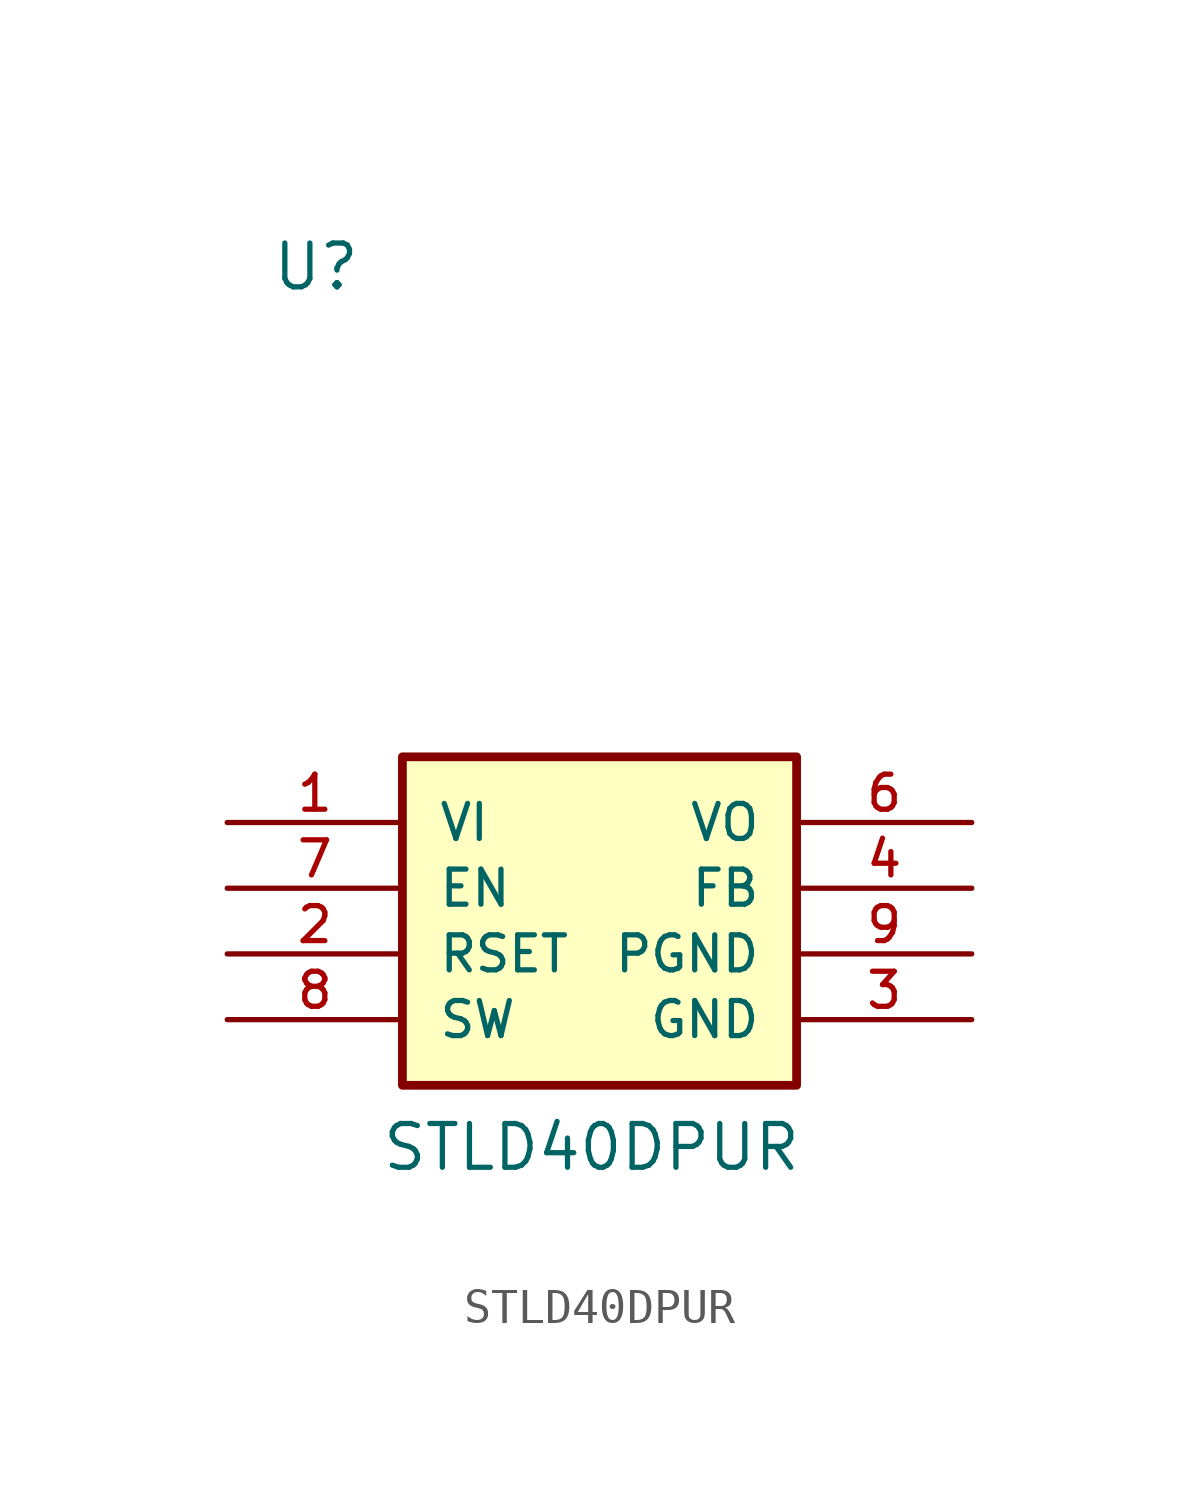
<source format=kicad_sym>
(kicad_symbol_lib
  (version 20211014)
  (generator kicad_symbol_editor)
  (symbol "STLD40DPUR"
    (pin_names
      (offset 1.016))
    (property "Reference" "U"
      (at -7.622 16.006 0)
      (effects (font (size 1.27 1.27)) (justify left bottom)))
    (property "Value" "STLD40DPUR"
      (at -4.445 -9.525 0)
      (effects (font (size 1.27 1.27)) (justify left bottom)))
    (symbol "STLD40DPUR_0_0"
      (rectangle (start -3.81 2.54) (end 7.62 -6.985) (stroke (width 0.254) (type default) (color 0 0 0 0)) (fill (type background)))
      (pin input line (at -8.89 0.635 0) (length 5.08) (name "VI" (effects (font (size 1.016 1.016)))) (number "1" (effects (font (size 1.016 1.016)))))
      (pin input line (at -8.89 -3.175 0) (length 5.08) (name "RSET" (effects (font (size 1.016 1.016)))) (number "2" (effects (font (size 1.016 1.016)))))
      (pin power_in line (at 12.7 -5.08 180) (length 5.08) (name "GND" (effects (font (size 1.016 1.016)))) (number "3" (effects (font (size 1.016 1.016)))))
      (pin output line (at 12.7 -1.27 180) (length 5.08) (name "FB" (effects (font (size 1.016 1.016)))) (number "4" (effects (font (size 1.016 1.016)))))
      (pin output line (at 12.7 0.635 180) (length 5.08) (name "VO" (effects (font (size 1.016 1.016)))) (number "6" (effects (font (size 1.016 1.016)))))
      (pin input line (at -8.89 -1.27 0) (length 5.08) (name "EN" (effects (font (size 1.016 1.016)))) (number "7" (effects (font (size 1.016 1.016)))))
      (pin input line (at -8.89 -5.08 0) (length 5.08) (name "SW" (effects (font (size 1.016 1.016)))) (number "8" (effects (font (size 1.016 1.016)))))
      (pin power_in line (at 12.7 -3.175 180) (length 5.08) (name "PGND" (effects (font (size 1.016 1.016)))) (number "9" (effects (font (size 1.016 1.016))))))))
</source>
